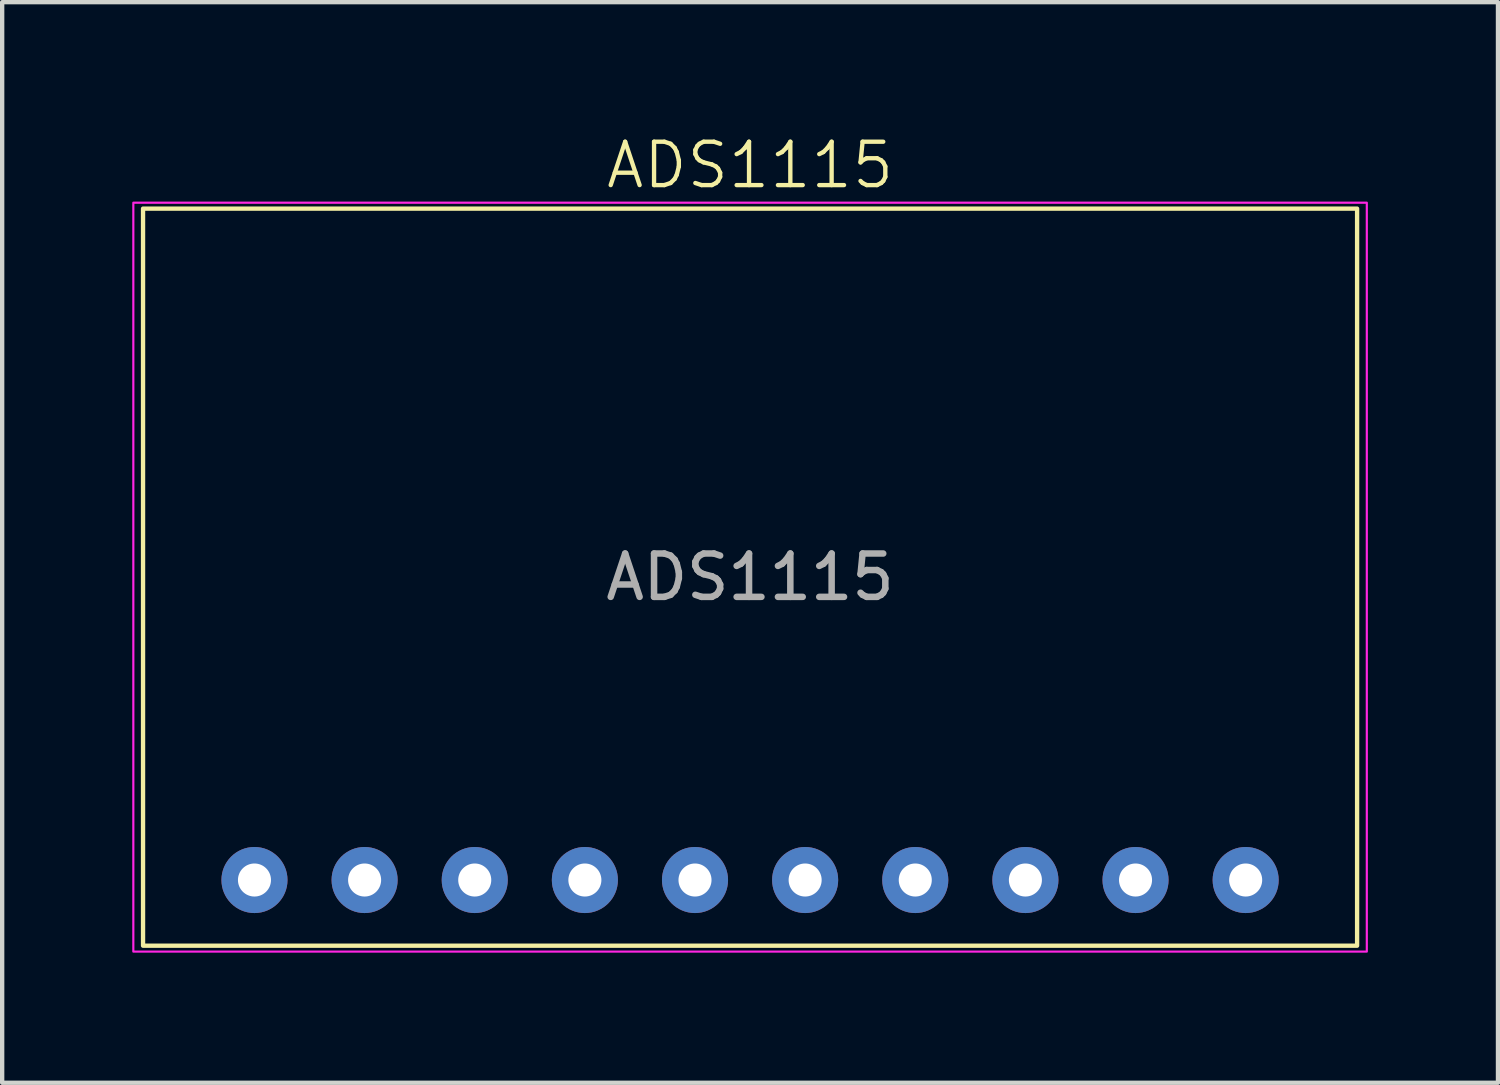
<source format=kicad_pcb>
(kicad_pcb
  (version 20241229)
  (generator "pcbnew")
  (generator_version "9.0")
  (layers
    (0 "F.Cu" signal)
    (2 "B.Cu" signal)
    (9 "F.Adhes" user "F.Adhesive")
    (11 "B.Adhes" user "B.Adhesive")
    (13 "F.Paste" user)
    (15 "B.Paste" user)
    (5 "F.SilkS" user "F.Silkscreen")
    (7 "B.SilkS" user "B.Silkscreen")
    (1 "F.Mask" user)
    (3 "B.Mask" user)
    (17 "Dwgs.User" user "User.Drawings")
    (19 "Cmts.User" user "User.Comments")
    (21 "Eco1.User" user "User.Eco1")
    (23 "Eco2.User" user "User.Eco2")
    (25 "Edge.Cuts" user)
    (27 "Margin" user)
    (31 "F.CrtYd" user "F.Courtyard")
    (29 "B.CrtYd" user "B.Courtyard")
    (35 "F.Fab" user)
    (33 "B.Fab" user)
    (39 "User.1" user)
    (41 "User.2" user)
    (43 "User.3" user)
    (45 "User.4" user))
  (footprint "ADS1115"
    (layer "F.Cu")
    (at 14.249 10.261)
    (property "Reference" "ADS1115" (at 0 -9.5 0) (unlocked yes) (layer "F.SilkS") (effects (font (size 1 1) (thickness 0.1))))
    (attr through_hole)
    (fp_rect (start -14 -8.5) (end 14 8.5) (stroke (width 0.1) (type default)) (fill no) (layer "F.SilkS"))
    (fp_rect (start -14.224 -8.636) (end 14.224 8.636) (stroke (width 0.05) (type default)) (fill no) (layer "F.CrtYd"))
    (fp_text user "${REFERENCE}" (at 0 0 0) (unlocked yes) (layer "F.Fab") (effects (font (size 1 1) (thickness 0.15))))
    (pad "1" thru_hole circle (at -11.43 6.985) (size 1.524 1.524) (drill 0.762) (layers "*.Cu" "*.Mask"))
    (pad "2" thru_hole circle (at -8.89 6.985) (size 1.524 1.524) (drill 0.762) (layers "*.Cu" "*.Mask"))
    (pad "3" thru_hole circle (at -6.35 6.985) (size 1.524 1.524) (drill 0.762) (layers "*.Cu" "*.Mask"))
    (pad "4" thru_hole circle (at -3.81 6.985) (size 1.524 1.524) (drill 0.762) (layers "*.Cu" "*.Mask"))
    (pad "5" thru_hole circle (at -1.27 6.985) (size 1.524 1.524) (drill 0.762) (layers "*.Cu" "*.Mask"))
    (pad "6" thru_hole circle (at 1.27 6.985) (size 1.524 1.524) (drill 0.762) (layers "*.Cu" "*.Mask"))
    (pad "7" thru_hole circle (at 3.81 6.985) (size 1.524 1.524) (drill 0.762) (layers "*.Cu" "*.Mask"))
    (pad "8" thru_hole circle (at 6.35 6.985) (size 1.524 1.524) (drill 0.762) (layers "*.Cu" "*.Mask"))
    (pad "9" thru_hole circle (at 8.89 6.985) (size 1.524 1.524) (drill 0.762) (layers "*.Cu" "*.Mask"))
    (pad "10" thru_hole circle (at 11.43 6.985) (size 1.524 1.524) (drill 0.762) (layers "*.Cu" "*.Mask")))
  (gr_rect
    (start -3 -3)
    (end 31.498 21.922)
    (stroke (width 0.1) (type default))
    (fill no)
    (layer "Edge.Cuts")))
</source>
